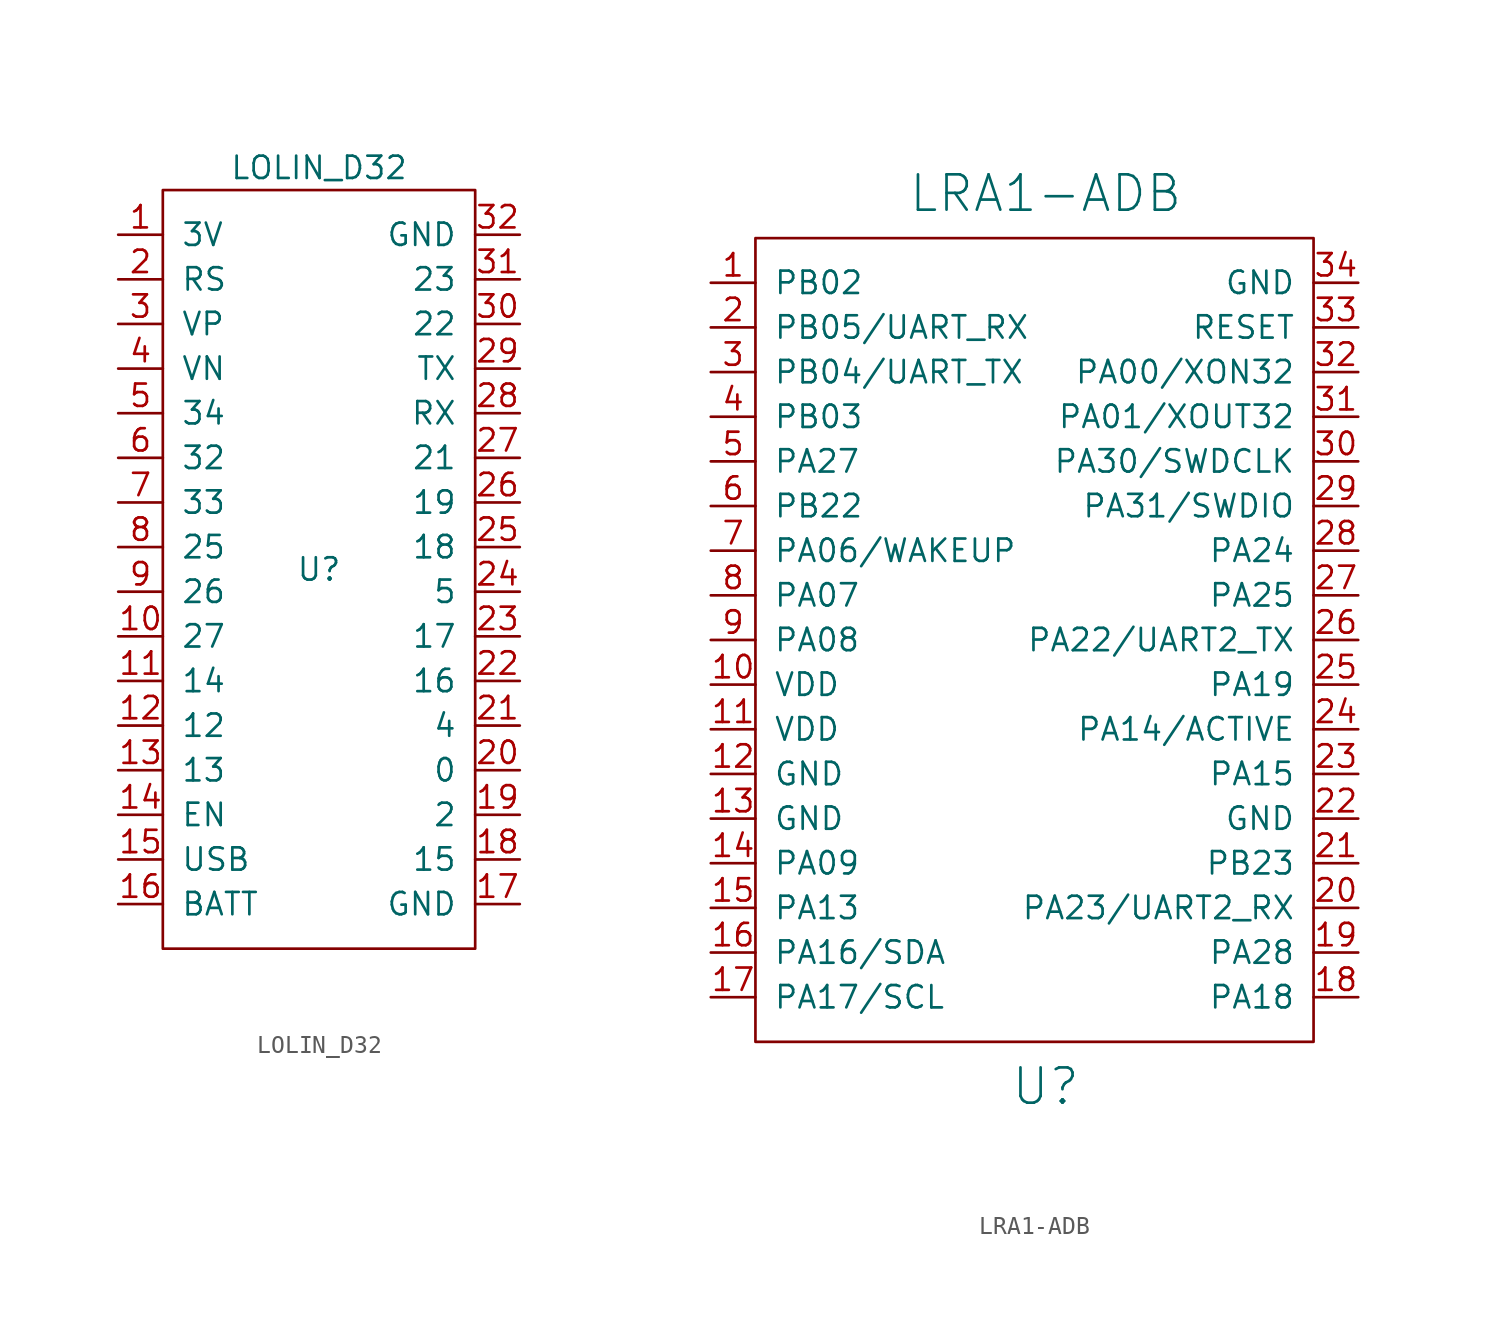
<source format=kicad_sym>
(kicad_symbol_lib
  (version 20220914)
  (generator kicad_symbol_editor)
  (symbol "LOLIN_D32"
    (pin_names
      (offset 1.016))
    (property "Reference" "U"
      (at 0 0 0)
      (effects (font (size 1.27 1.27))))
    (property "Value" "LOLIN_D32"
      (at 0 22.86 0)
      (effects (font (size 1.27 1.27))))
    (symbol "LOLIN_D32_0_1"
      (rectangle (start -8.89 21.59) (end 8.89 -21.59) (stroke (width 0) (type solid)) (fill (type none))))
    (symbol "LOLIN_D32_1_1"
      (pin input line (at -11.43 19.05 0) (length 2.54) (name "3V" (effects (font (size 1.27 1.27)))) (number "1" (effects (font (size 1.27 1.27)))))
      (pin input line (at -11.43 -3.81 0) (length 2.54) (name "27" (effects (font (size 1.27 1.27)))) (number "10" (effects (font (size 1.27 1.27)))))
      (pin input line (at -11.43 -6.35 0) (length 2.54) (name "14" (effects (font (size 1.27 1.27)))) (number "11" (effects (font (size 1.27 1.27)))))
      (pin input line (at -11.43 -8.89 0) (length 2.54) (name "12" (effects (font (size 1.27 1.27)))) (number "12" (effects (font (size 1.27 1.27)))))
      (pin input line (at -11.43 -11.43 0) (length 2.54) (name "13" (effects (font (size 1.27 1.27)))) (number "13" (effects (font (size 1.27 1.27)))))
      (pin input line (at -11.43 -13.97 0) (length 2.54) (name "EN" (effects (font (size 1.27 1.27)))) (number "14" (effects (font (size 1.27 1.27)))))
      (pin input line (at -11.43 -16.51 0) (length 2.54) (name "USB" (effects (font (size 1.27 1.27)))) (number "15" (effects (font (size 1.27 1.27)))))
      (pin input line (at -11.43 -19.05 0) (length 2.54) (name "BATT" (effects (font (size 1.27 1.27)))) (number "16" (effects (font (size 1.27 1.27)))))
      (pin input line (at 11.43 -19.05 180) (length 2.54) (name "GND" (effects (font (size 1.27 1.27)))) (number "17" (effects (font (size 1.27 1.27)))))
      (pin input line (at 11.43 -16.51 180) (length 2.54) (name "15" (effects (font (size 1.27 1.27)))) (number "18" (effects (font (size 1.27 1.27)))))
      (pin input line (at 11.43 -13.97 180) (length 2.54) (name "2" (effects (font (size 1.27 1.27)))) (number "19" (effects (font (size 1.27 1.27)))))
      (pin input line (at -11.43 16.51 0) (length 2.54) (name "RS" (effects (font (size 1.27 1.27)))) (number "2" (effects (font (size 1.27 1.27)))))
      (pin input line (at 11.43 -11.43 180) (length 2.54) (name "0" (effects (font (size 1.27 1.27)))) (number "20" (effects (font (size 1.27 1.27)))))
      (pin input line (at 11.43 -8.89 180) (length 2.54) (name "4" (effects (font (size 1.27 1.27)))) (number "21" (effects (font (size 1.27 1.27)))))
      (pin input line (at 11.43 -6.35 180) (length 2.54) (name "16" (effects (font (size 1.27 1.27)))) (number "22" (effects (font (size 1.27 1.27)))))
      (pin input line (at 11.43 -3.81 180) (length 2.54) (name "17" (effects (font (size 1.27 1.27)))) (number "23" (effects (font (size 1.27 1.27)))))
      (pin input line (at 11.43 -1.27 180) (length 2.54) (name "5" (effects (font (size 1.27 1.27)))) (number "24" (effects (font (size 1.27 1.27)))))
      (pin input line (at 11.43 1.27 180) (length 2.54) (name "18" (effects (font (size 1.27 1.27)))) (number "25" (effects (font (size 1.27 1.27)))))
      (pin input line (at 11.43 3.81 180) (length 2.54) (name "19" (effects (font (size 1.27 1.27)))) (number "26" (effects (font (size 1.27 1.27)))))
      (pin input line (at 11.43 6.35 180) (length 2.54) (name "21" (effects (font (size 1.27 1.27)))) (number "27" (effects (font (size 1.27 1.27)))))
      (pin input line (at 11.43 8.89 180) (length 2.54) (name "RX" (effects (font (size 1.27 1.27)))) (number "28" (effects (font (size 1.27 1.27)))))
      (pin input line (at 11.43 11.43 180) (length 2.54) (name "TX" (effects (font (size 1.27 1.27)))) (number "29" (effects (font (size 1.27 1.27)))))
      (pin input line (at -11.43 13.97 0) (length 2.54) (name "VP" (effects (font (size 1.27 1.27)))) (number "3" (effects (font (size 1.27 1.27)))))
      (pin input line (at 11.43 13.97 180) (length 2.54) (name "22" (effects (font (size 1.27 1.27)))) (number "30" (effects (font (size 1.27 1.27)))))
      (pin input line (at 11.43 16.51 180) (length 2.54) (name "23" (effects (font (size 1.27 1.27)))) (number "31" (effects (font (size 1.27 1.27)))))
      (pin input line (at 11.43 19.05 180) (length 2.54) (name "GND" (effects (font (size 1.27 1.27)))) (number "32" (effects (font (size 1.27 1.27)))))
      (pin input line (at -11.43 11.43 0) (length 2.54) (name "VN" (effects (font (size 1.27 1.27)))) (number "4" (effects (font (size 1.27 1.27)))))
      (pin input line (at -11.43 8.89 0) (length 2.54) (name "34" (effects (font (size 1.27 1.27)))) (number "5" (effects (font (size 1.27 1.27)))))
      (pin input line (at -11.43 6.35 0) (length 2.54) (name "32" (effects (font (size 1.27 1.27)))) (number "6" (effects (font (size 1.27 1.27)))))
      (pin input line (at -11.43 3.81 0) (length 2.54) (name "33" (effects (font (size 1.27 1.27)))) (number "7" (effects (font (size 1.27 1.27)))))
      (pin input line (at -11.43 1.27 0) (length 2.54) (name "25" (effects (font (size 1.27 1.27)))) (number "8" (effects (font (size 1.27 1.27)))))
      (pin input line (at -11.43 -1.27 0) (length 2.54) (name "26" (effects (font (size 1.27 1.27)))) (number "9" (effects (font (size 1.27 1.27)))))))
  (symbol "LRA1-ADB"
    (pin_names
      (offset 1.016))
    (property "Reference" "U"
      (at 0 -25.4 0)
      (effects (font (size 2.007 2.007))))
    (property "Value" "LRA1-ADB"
      (at 0 25.4 0)
      (effects (font (size 2.007 2.007))))
    (symbol "LRA1-ADB_0_1"
      (rectangle (start -16.51 22.86) (end 15.24 -22.86) (stroke (width 0) (type solid)) (fill (type none))))
    (symbol "LRA1-ADB_1_1"
      (pin input line (at -19.05 20.32 0) (length 2.54) (name "PB02" (effects (font (size 1.27 1.27)))) (number "1" (effects (font (size 1.27 1.27)))))
      (pin input line (at -19.05 -2.54 0) (length 2.54) (name "VDD" (effects (font (size 1.27 1.27)))) (number "10" (effects (font (size 1.27 1.27)))))
      (pin input line (at -19.05 -5.08 0) (length 2.54) (name "VDD" (effects (font (size 1.27 1.27)))) (number "11" (effects (font (size 1.27 1.27)))))
      (pin input line (at -19.05 -7.62 0) (length 2.54) (name "GND" (effects (font (size 1.27 1.27)))) (number "12" (effects (font (size 1.27 1.27)))))
      (pin input line (at -19.05 -10.16 0) (length 2.54) (name "GND" (effects (font (size 1.27 1.27)))) (number "13" (effects (font (size 1.27 1.27)))))
      (pin input line (at -19.05 -12.7 0) (length 2.54) (name "PA09" (effects (font (size 1.27 1.27)))) (number "14" (effects (font (size 1.27 1.27)))))
      (pin input line (at -19.05 -15.24 0) (length 2.54) (name "PA13" (effects (font (size 1.27 1.27)))) (number "15" (effects (font (size 1.27 1.27)))))
      (pin input line (at -19.05 -17.78 0) (length 2.54) (name "PA16/SDA" (effects (font (size 1.27 1.27)))) (number "16" (effects (font (size 1.27 1.27)))))
      (pin input line (at -19.05 -20.32 0) (length 2.54) (name "PA17/SCL" (effects (font (size 1.27 1.27)))) (number "17" (effects (font (size 1.27 1.27)))))
      (pin input line (at 17.78 -20.32 180) (length 2.54) (name "PA18" (effects (font (size 1.27 1.27)))) (number "18" (effects (font (size 1.27 1.27)))))
      (pin input line (at 17.78 -17.78 180) (length 2.54) (name "PA28" (effects (font (size 1.27 1.27)))) (number "19" (effects (font (size 1.27 1.27)))))
      (pin input line (at -19.05 17.78 0) (length 2.54) (name "PB05/UART_RX" (effects (font (size 1.27 1.27)))) (number "2" (effects (font (size 1.27 1.27)))))
      (pin input line (at 17.78 -15.24 180) (length 2.54) (name "PA23/UART2_RX" (effects (font (size 1.27 1.27)))) (number "20" (effects (font (size 1.27 1.27)))))
      (pin input line (at 17.78 -12.7 180) (length 2.54) (name "PB23" (effects (font (size 1.27 1.27)))) (number "21" (effects (font (size 1.27 1.27)))))
      (pin input line (at 17.78 -10.16 180) (length 2.54) (name "GND" (effects (font (size 1.27 1.27)))) (number "22" (effects (font (size 1.27 1.27)))))
      (pin input line (at 17.78 -7.62 180) (length 2.54) (name "PA15" (effects (font (size 1.27 1.27)))) (number "23" (effects (font (size 1.27 1.27)))))
      (pin input line (at 17.78 -5.08 180) (length 2.54) (name "PA14/ACTIVE" (effects (font (size 1.27 1.27)))) (number "24" (effects (font (size 1.27 1.27)))))
      (pin input line (at 17.78 -2.54 180) (length 2.54) (name "PA19" (effects (font (size 1.27 1.27)))) (number "25" (effects (font (size 1.27 1.27)))))
      (pin input line (at 17.78 0 180) (length 2.54) (name "PA22/UART2_TX" (effects (font (size 1.27 1.27)))) (number "26" (effects (font (size 1.27 1.27)))))
      (pin input line (at 17.78 2.54 180) (length 2.54) (name "PA25" (effects (font (size 1.27 1.27)))) (number "27" (effects (font (size 1.27 1.27)))))
      (pin input line (at 17.78 5.08 180) (length 2.54) (name "PA24" (effects (font (size 1.27 1.27)))) (number "28" (effects (font (size 1.27 1.27)))))
      (pin input line (at 17.78 7.62 180) (length 2.54) (name "PA31/SWDIO" (effects (font (size 1.27 1.27)))) (number "29" (effects (font (size 1.27 1.27)))))
      (pin input line (at -19.05 15.24 0) (length 2.54) (name "PB04/UART_TX" (effects (font (size 1.27 1.27)))) (number "3" (effects (font (size 1.27 1.27)))))
      (pin input line (at 17.78 10.16 180) (length 2.54) (name "PA30/SWDCLK" (effects (font (size 1.27 1.27)))) (number "30" (effects (font (size 1.27 1.27)))))
      (pin input line (at 17.78 12.7 180) (length 2.54) (name "PA01/XOUT32" (effects (font (size 1.27 1.27)))) (number "31" (effects (font (size 1.27 1.27)))))
      (pin input line (at 17.78 15.24 180) (length 2.54) (name "PA00/XON32" (effects (font (size 1.27 1.27)))) (number "32" (effects (font (size 1.27 1.27)))))
      (pin input line (at 17.78 17.78 180) (length 2.54) (name "RESET" (effects (font (size 1.27 1.27)))) (number "33" (effects (font (size 1.27 1.27)))))
      (pin input line (at 17.78 20.32 180) (length 2.54) (name "GND" (effects (font (size 1.27 1.27)))) (number "34" (effects (font (size 1.27 1.27)))))
      (pin input line (at -19.05 12.7 0) (length 2.54) (name "PB03" (effects (font (size 1.27 1.27)))) (number "4" (effects (font (size 1.27 1.27)))))
      (pin input line (at -19.05 10.16 0) (length 2.54) (name "PA27" (effects (font (size 1.27 1.27)))) (number "5" (effects (font (size 1.27 1.27)))))
      (pin input line (at -19.05 7.62 0) (length 2.54) (name "PB22" (effects (font (size 1.27 1.27)))) (number "6" (effects (font (size 1.27 1.27)))))
      (pin input line (at -19.05 5.08 0) (length 2.54) (name "PA06/WAKEUP" (effects (font (size 1.27 1.27)))) (number "7" (effects (font (size 1.27 1.27)))))
      (pin input line (at -19.05 2.54 0) (length 2.54) (name "PA07" (effects (font (size 1.27 1.27)))) (number "8" (effects (font (size 1.27 1.27)))))
      (pin input line (at -19.05 0 0) (length 2.54) (name "PA08" (effects (font (size 1.27 1.27)))) (number "9" (effects (font (size 1.27 1.27))))))))
</source>
